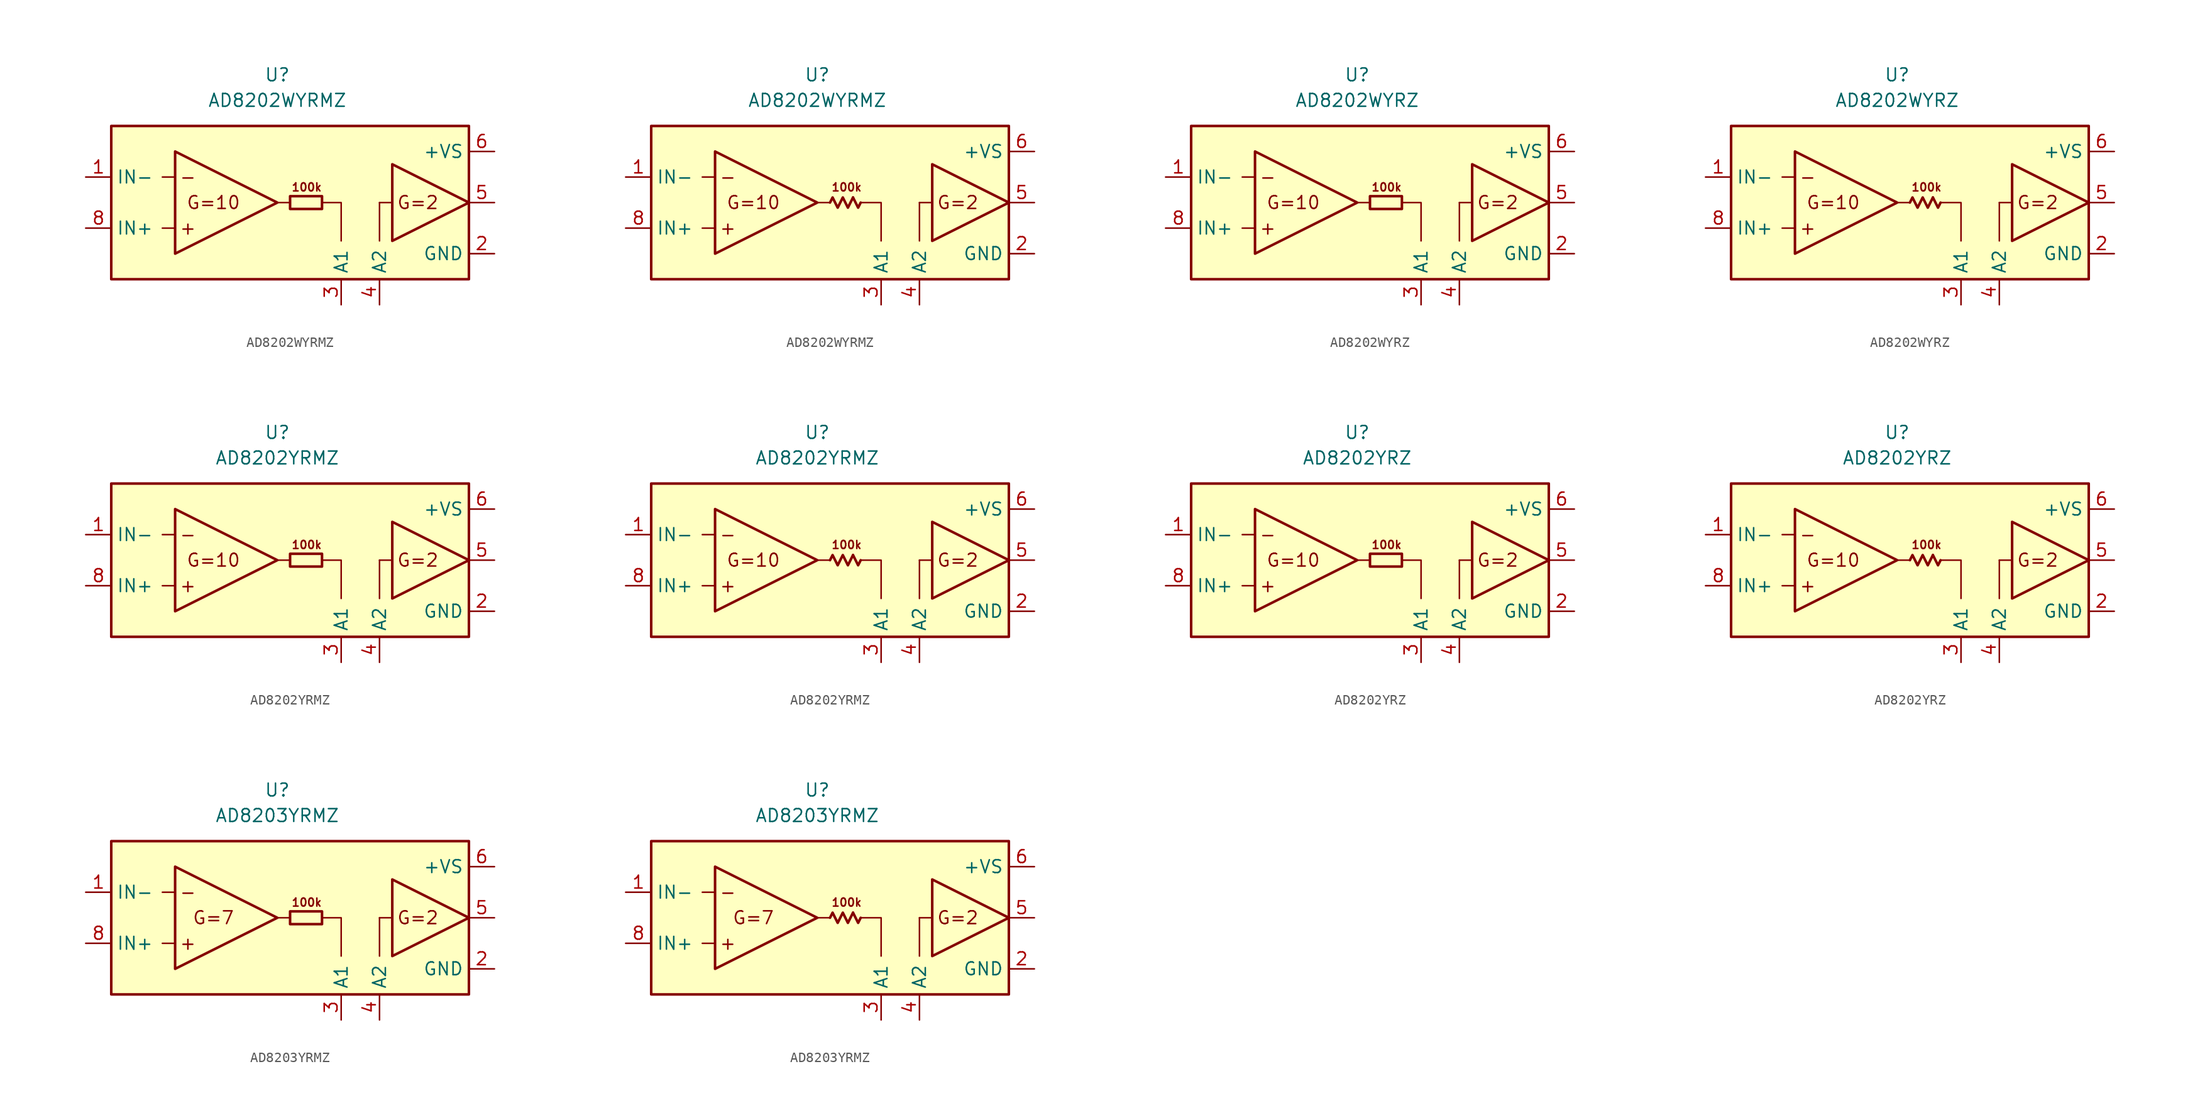
<source format=kicad_sym>
(kicad_symbol_lib
  (version 20231120)
  (generator "kicad_symbol_editor")
  (generator_version "8.0")
  (symbol "AD8202WYRMZ"
    (property "Reference" "U"
      (at 0 15.24 0)
      (effects (font (size 1.27 1.27))))
    (property "Value" "AD8202WYRMZ"
      (at 0 12.7 0)
      (effects (font (size 1.27 1.27))))
    (symbol "AD8202WYRMZ_0_0"
      (rectangle (start -16.51 10.16) (end 19.05 -5.08) (stroke (width 0.254) (type default)) (fill (type background)))
      (polyline (pts (xy -10.16 0) (xy -11.43 0)) (stroke (width 0.152) (type default)) (fill (type none)))
      (polyline (pts (xy -10.16 5.08) (xy -11.43 5.08)) (stroke (width 0.152) (type default)) (fill (type none)))
      (polyline (pts (xy 1.27 2.54) (xy 0 2.54)) (stroke (width 0.152) (type default)) (fill (type none)))
      (polyline (pts (xy 10.16 2.54) (xy 10.16 -1.27)) (stroke (width 0.152) (type default)) (fill (type none)))
      (polyline (pts (xy 11.43 2.54) (xy 10.16 2.54)) (stroke (width 0.152) (type default)) (fill (type none)))
      (polyline (pts (xy 4.445 2.54) (xy 6.35 2.54) (xy 6.35 -1.27)) (stroke (width 0.152) (type default)) (fill (type none)))
      (polyline (pts (xy -10.16 7.62) (xy -10.16 -2.54) (xy 0 2.54) (xy -10.16 7.62)) (stroke (width 0.254) (type default)) (fill (type none)))
      (polyline (pts (xy 11.43 6.35) (xy 11.43 -1.27) (xy 19.05 2.54) (xy 11.43 6.35)) (stroke (width 0.254) (type default)) (fill (type none)))
      (text "+" (at -8.89 0 0) (effects (font (size 1.27 1.27))))
      (text "-" (at -8.89 5.08 0) (effects (font (size 1.27 1.27))))
      (text "100k" (at 2.921 4.064 0) (effects (font (size 0.8 0.8))))
      (text "G=10" (at -6.35 2.54 0) (effects (font (size 1.27 1.27))))
      (text "G=2" (at 13.97 2.54 0) (effects (font (size 1.27 1.27)))))
    (symbol "AD8202WYRMZ_0_1"
      (rectangle (start 1.27 3.175) (end 4.445 1.905) (stroke (width 0.254) (type default)) (fill (type none))))
    (symbol "AD8202WYRMZ_0_2"
      (polyline (pts (xy 3.556 3.048) (xy 4.064 2.032) (xy 4.318 2.54)) (stroke (width 0.254) (type default)) (fill (type none)))
      (polyline (pts (xy 1.27 2.54) (xy 1.524 3.048) (xy 2.032 2.032) (xy 2.54 3.048) (xy 3.048 2.032) (xy 3.556 3.048)) (stroke (width 0.254) (type default)) (fill (type none))))
    (symbol "AD8202WYRMZ_1_1"
      (pin input line (at -19.05 5.08 0) (length 2.54) (name "IN-" (effects (font (size 1.27 1.27)))) (number "1" (effects (font (size 1.27 1.27)))))
      (pin power_in line (at 21.59 -2.54 180) (length 2.54) (name "GND" (effects (font (size 1.27 1.27)))) (number "2" (effects (font (size 1.27 1.27)))))
      (pin passive line (at 6.35 -7.62 90) (length 2.54) (name "A1" (effects (font (size 1.27 1.27)))) (number "3" (effects (font (size 1.27 1.27)))))
      (pin passive line (at 10.16 -7.62 90) (length 2.54) (name "A2" (effects (font (size 1.27 1.27)))) (number "4" (effects (font (size 1.27 1.27)))))
      (pin output line (at 21.59 2.54 180) (length 2.54) (name "~" (effects (font (size 1.27 1.27)))) (number "5" (effects (font (size 1.27 1.27)))))
      (pin power_in line (at 21.59 7.62 180) (length 2.54) (name "+VS" (effects (font (size 1.27 1.27)))) (number "6" (effects (font (size 1.27 1.27)))))
      (pin free line (at -1.27 -3.81 0) (length 2.54) hide (name "NC" (effects (font (size 1.27 1.27)))) (number "7" (effects (font (size 1.27 1.27)))))
      (pin input line (at -19.05 0 0) (length 2.54) (name "IN+" (effects (font (size 1.27 1.27)))) (number "8" (effects (font (size 1.27 1.27))))))
    (symbol "AD8202WYRMZ_1_2"
      (pin input line (at -19.05 5.08 0) (length 2.54) (name "IN-" (effects (font (size 1.27 1.27)))) (number "1" (effects (font (size 1.27 1.27)))))
      (pin power_in line (at 21.59 -2.54 180) (length 2.54) (name "GND" (effects (font (size 1.27 1.27)))) (number "2" (effects (font (size 1.27 1.27)))))
      (pin passive line (at 6.35 -7.62 90) (length 2.54) (name "A1" (effects (font (size 1.27 1.27)))) (number "3" (effects (font (size 1.27 1.27)))))
      (pin passive line (at 10.16 -7.62 90) (length 2.54) (name "A2" (effects (font (size 1.27 1.27)))) (number "4" (effects (font (size 1.27 1.27)))))
      (pin output line (at 21.59 2.54 180) (length 2.54) (name "~" (effects (font (size 1.27 1.27)))) (number "5" (effects (font (size 1.27 1.27)))))
      (pin power_in line (at 21.59 7.62 180) (length 2.54) (name "+VS" (effects (font (size 1.27 1.27)))) (number "6" (effects (font (size 1.27 1.27)))))
      (pin free line (at -1.27 -3.81 0) (length 2.54) hide (name "NC" (effects (font (size 1.27 1.27)))) (number "7" (effects (font (size 1.27 1.27)))))
      (pin input line (at -19.05 0 0) (length 2.54) (name "IN+" (effects (font (size 1.27 1.27)))) (number "8" (effects (font (size 1.27 1.27)))))))
  (symbol "AD8202WYRZ"
    (property "Reference" "U"
      (at 0 15.24 0)
      (effects (font (size 1.27 1.27))))
    (property "Value" "AD8202WYRZ"
      (at 0 12.7 0)
      (effects (font (size 1.27 1.27))))
    (symbol "AD8202WYRZ_0_0"
      (rectangle (start -16.51 10.16) (end 19.05 -5.08) (stroke (width 0.254) (type default)) (fill (type background)))
      (polyline (pts (xy -10.16 0) (xy -11.43 0)) (stroke (width 0.152) (type default)) (fill (type none)))
      (polyline (pts (xy -10.16 5.08) (xy -11.43 5.08)) (stroke (width 0.152) (type default)) (fill (type none)))
      (polyline (pts (xy 1.27 2.54) (xy 0 2.54)) (stroke (width 0.152) (type default)) (fill (type none)))
      (polyline (pts (xy 10.16 2.54) (xy 10.16 -1.27)) (stroke (width 0.152) (type default)) (fill (type none)))
      (polyline (pts (xy 11.43 2.54) (xy 10.16 2.54)) (stroke (width 0.152) (type default)) (fill (type none)))
      (polyline (pts (xy 4.445 2.54) (xy 6.35 2.54) (xy 6.35 -1.27)) (stroke (width 0.152) (type default)) (fill (type none)))
      (polyline (pts (xy -10.16 7.62) (xy -10.16 -2.54) (xy 0 2.54) (xy -10.16 7.62)) (stroke (width 0.254) (type default)) (fill (type none)))
      (polyline (pts (xy 11.43 6.35) (xy 11.43 -1.27) (xy 19.05 2.54) (xy 11.43 6.35)) (stroke (width 0.254) (type default)) (fill (type none)))
      (text "+" (at -8.89 0 0) (effects (font (size 1.27 1.27))))
      (text "-" (at -8.89 5.08 0) (effects (font (size 1.27 1.27))))
      (text "100k" (at 2.921 4.064 0) (effects (font (size 0.8 0.8))))
      (text "G=10" (at -6.35 2.54 0) (effects (font (size 1.27 1.27))))
      (text "G=2" (at 13.97 2.54 0) (effects (font (size 1.27 1.27)))))
    (symbol "AD8202WYRZ_0_1"
      (rectangle (start 1.27 3.175) (end 4.445 1.905) (stroke (width 0.254) (type default)) (fill (type none))))
    (symbol "AD8202WYRZ_0_2"
      (polyline (pts (xy 3.556 3.048) (xy 4.064 2.032) (xy 4.318 2.54)) (stroke (width 0.254) (type default)) (fill (type none)))
      (polyline (pts (xy 1.27 2.54) (xy 1.524 3.048) (xy 2.032 2.032) (xy 2.54 3.048) (xy 3.048 2.032) (xy 3.556 3.048)) (stroke (width 0.254) (type default)) (fill (type none))))
    (symbol "AD8202WYRZ_1_1"
      (pin input line (at -19.05 5.08 0) (length 2.54) (name "IN-" (effects (font (size 1.27 1.27)))) (number "1" (effects (font (size 1.27 1.27)))))
      (pin power_in line (at 21.59 -2.54 180) (length 2.54) (name "GND" (effects (font (size 1.27 1.27)))) (number "2" (effects (font (size 1.27 1.27)))))
      (pin passive line (at 6.35 -7.62 90) (length 2.54) (name "A1" (effects (font (size 1.27 1.27)))) (number "3" (effects (font (size 1.27 1.27)))))
      (pin passive line (at 10.16 -7.62 90) (length 2.54) (name "A2" (effects (font (size 1.27 1.27)))) (number "4" (effects (font (size 1.27 1.27)))))
      (pin output line (at 21.59 2.54 180) (length 2.54) (name "~" (effects (font (size 1.27 1.27)))) (number "5" (effects (font (size 1.27 1.27)))))
      (pin power_in line (at 21.59 7.62 180) (length 2.54) (name "+VS" (effects (font (size 1.27 1.27)))) (number "6" (effects (font (size 1.27 1.27)))))
      (pin free line (at -1.27 -3.81 0) (length 2.54) hide (name "NC" (effects (font (size 1.27 1.27)))) (number "7" (effects (font (size 1.27 1.27)))))
      (pin input line (at -19.05 0 0) (length 2.54) (name "IN+" (effects (font (size 1.27 1.27)))) (number "8" (effects (font (size 1.27 1.27))))))
    (symbol "AD8202WYRZ_1_2"
      (pin input line (at -19.05 5.08 0) (length 2.54) (name "IN-" (effects (font (size 1.27 1.27)))) (number "1" (effects (font (size 1.27 1.27)))))
      (pin power_in line (at 21.59 -2.54 180) (length 2.54) (name "GND" (effects (font (size 1.27 1.27)))) (number "2" (effects (font (size 1.27 1.27)))))
      (pin passive line (at 6.35 -7.62 90) (length 2.54) (name "A1" (effects (font (size 1.27 1.27)))) (number "3" (effects (font (size 1.27 1.27)))))
      (pin passive line (at 10.16 -7.62 90) (length 2.54) (name "A2" (effects (font (size 1.27 1.27)))) (number "4" (effects (font (size 1.27 1.27)))))
      (pin output line (at 21.59 2.54 180) (length 2.54) (name "~" (effects (font (size 1.27 1.27)))) (number "5" (effects (font (size 1.27 1.27)))))
      (pin power_in line (at 21.59 7.62 180) (length 2.54) (name "+VS" (effects (font (size 1.27 1.27)))) (number "6" (effects (font (size 1.27 1.27)))))
      (pin free line (at -1.27 -3.81 0) (length 2.54) hide (name "NC" (effects (font (size 1.27 1.27)))) (number "7" (effects (font (size 1.27 1.27)))))
      (pin input line (at -19.05 0 0) (length 2.54) (name "IN+" (effects (font (size 1.27 1.27)))) (number "8" (effects (font (size 1.27 1.27)))))))
  (symbol "AD8202YRMZ"
    (property "Reference" "U"
      (at 0 15.24 0)
      (effects (font (size 1.27 1.27))))
    (property "Value" "AD8202YRMZ"
      (at 0 12.7 0)
      (effects (font (size 1.27 1.27))))
    (symbol "AD8202YRMZ_0_0"
      (rectangle (start -16.51 10.16) (end 19.05 -5.08) (stroke (width 0.254) (type default)) (fill (type background)))
      (polyline (pts (xy -10.16 0) (xy -11.43 0)) (stroke (width 0.152) (type default)) (fill (type none)))
      (polyline (pts (xy -10.16 5.08) (xy -11.43 5.08)) (stroke (width 0.152) (type default)) (fill (type none)))
      (polyline (pts (xy 1.27 2.54) (xy 0 2.54)) (stroke (width 0.152) (type default)) (fill (type none)))
      (polyline (pts (xy 10.16 2.54) (xy 10.16 -1.27)) (stroke (width 0.152) (type default)) (fill (type none)))
      (polyline (pts (xy 11.43 2.54) (xy 10.16 2.54)) (stroke (width 0.152) (type default)) (fill (type none)))
      (polyline (pts (xy 4.445 2.54) (xy 6.35 2.54) (xy 6.35 -1.27)) (stroke (width 0.152) (type default)) (fill (type none)))
      (polyline (pts (xy -10.16 7.62) (xy -10.16 -2.54) (xy 0 2.54) (xy -10.16 7.62)) (stroke (width 0.254) (type default)) (fill (type none)))
      (polyline (pts (xy 11.43 6.35) (xy 11.43 -1.27) (xy 19.05 2.54) (xy 11.43 6.35)) (stroke (width 0.254) (type default)) (fill (type none)))
      (text "+" (at -8.89 0 0) (effects (font (size 1.27 1.27))))
      (text "-" (at -8.89 5.08 0) (effects (font (size 1.27 1.27))))
      (text "100k" (at 2.921 4.064 0) (effects (font (size 0.8 0.8))))
      (text "G=10" (at -6.35 2.54 0) (effects (font (size 1.27 1.27))))
      (text "G=2" (at 13.97 2.54 0) (effects (font (size 1.27 1.27)))))
    (symbol "AD8202YRMZ_0_1"
      (rectangle (start 1.27 3.175) (end 4.445 1.905) (stroke (width 0.254) (type default)) (fill (type none))))
    (symbol "AD8202YRMZ_0_2"
      (polyline (pts (xy 3.556 3.048) (xy 4.064 2.032) (xy 4.318 2.54)) (stroke (width 0.254) (type default)) (fill (type none)))
      (polyline (pts (xy 1.27 2.54) (xy 1.524 3.048) (xy 2.032 2.032) (xy 2.54 3.048) (xy 3.048 2.032) (xy 3.556 3.048)) (stroke (width 0.254) (type default)) (fill (type none))))
    (symbol "AD8202YRMZ_1_1"
      (pin input line (at -19.05 5.08 0) (length 2.54) (name "IN-" (effects (font (size 1.27 1.27)))) (number "1" (effects (font (size 1.27 1.27)))))
      (pin power_in line (at 21.59 -2.54 180) (length 2.54) (name "GND" (effects (font (size 1.27 1.27)))) (number "2" (effects (font (size 1.27 1.27)))))
      (pin passive line (at 6.35 -7.62 90) (length 2.54) (name "A1" (effects (font (size 1.27 1.27)))) (number "3" (effects (font (size 1.27 1.27)))))
      (pin passive line (at 10.16 -7.62 90) (length 2.54) (name "A2" (effects (font (size 1.27 1.27)))) (number "4" (effects (font (size 1.27 1.27)))))
      (pin output line (at 21.59 2.54 180) (length 2.54) (name "~" (effects (font (size 1.27 1.27)))) (number "5" (effects (font (size 1.27 1.27)))))
      (pin power_in line (at 21.59 7.62 180) (length 2.54) (name "+VS" (effects (font (size 1.27 1.27)))) (number "6" (effects (font (size 1.27 1.27)))))
      (pin free line (at -1.27 -3.81 0) (length 2.54) hide (name "NC" (effects (font (size 1.27 1.27)))) (number "7" (effects (font (size 1.27 1.27)))))
      (pin input line (at -19.05 0 0) (length 2.54) (name "IN+" (effects (font (size 1.27 1.27)))) (number "8" (effects (font (size 1.27 1.27))))))
    (symbol "AD8202YRMZ_1_2"
      (pin input line (at -19.05 5.08 0) (length 2.54) (name "IN-" (effects (font (size 1.27 1.27)))) (number "1" (effects (font (size 1.27 1.27)))))
      (pin power_in line (at 21.59 -2.54 180) (length 2.54) (name "GND" (effects (font (size 1.27 1.27)))) (number "2" (effects (font (size 1.27 1.27)))))
      (pin passive line (at 6.35 -7.62 90) (length 2.54) (name "A1" (effects (font (size 1.27 1.27)))) (number "3" (effects (font (size 1.27 1.27)))))
      (pin passive line (at 10.16 -7.62 90) (length 2.54) (name "A2" (effects (font (size 1.27 1.27)))) (number "4" (effects (font (size 1.27 1.27)))))
      (pin output line (at 21.59 2.54 180) (length 2.54) (name "~" (effects (font (size 1.27 1.27)))) (number "5" (effects (font (size 1.27 1.27)))))
      (pin power_in line (at 21.59 7.62 180) (length 2.54) (name "+VS" (effects (font (size 1.27 1.27)))) (number "6" (effects (font (size 1.27 1.27)))))
      (pin free line (at -1.27 -3.81 0) (length 2.54) hide (name "NC" (effects (font (size 1.27 1.27)))) (number "7" (effects (font (size 1.27 1.27)))))
      (pin input line (at -19.05 0 0) (length 2.54) (name "IN+" (effects (font (size 1.27 1.27)))) (number "8" (effects (font (size 1.27 1.27)))))))
  (symbol "AD8202YRZ"
    (property "Reference" "U"
      (at 0 15.24 0)
      (effects (font (size 1.27 1.27))))
    (property "Value" "AD8202YRZ"
      (at 0 12.7 0)
      (effects (font (size 1.27 1.27))))
    (symbol "AD8202YRZ_0_0"
      (rectangle (start -16.51 10.16) (end 19.05 -5.08) (stroke (width 0.254) (type default)) (fill (type background)))
      (polyline (pts (xy -10.16 0) (xy -11.43 0)) (stroke (width 0.152) (type default)) (fill (type none)))
      (polyline (pts (xy -10.16 5.08) (xy -11.43 5.08)) (stroke (width 0.152) (type default)) (fill (type none)))
      (polyline (pts (xy 1.27 2.54) (xy 0 2.54)) (stroke (width 0.152) (type default)) (fill (type none)))
      (polyline (pts (xy 10.16 2.54) (xy 10.16 -1.27)) (stroke (width 0.152) (type default)) (fill (type none)))
      (polyline (pts (xy 11.43 2.54) (xy 10.16 2.54)) (stroke (width 0.152) (type default)) (fill (type none)))
      (polyline (pts (xy 4.445 2.54) (xy 6.35 2.54) (xy 6.35 -1.27)) (stroke (width 0.152) (type default)) (fill (type none)))
      (polyline (pts (xy -10.16 7.62) (xy -10.16 -2.54) (xy 0 2.54) (xy -10.16 7.62)) (stroke (width 0.254) (type default)) (fill (type none)))
      (polyline (pts (xy 11.43 6.35) (xy 11.43 -1.27) (xy 19.05 2.54) (xy 11.43 6.35)) (stroke (width 0.254) (type default)) (fill (type none)))
      (text "+" (at -8.89 0 0) (effects (font (size 1.27 1.27))))
      (text "-" (at -8.89 5.08 0) (effects (font (size 1.27 1.27))))
      (text "100k" (at 2.921 4.064 0) (effects (font (size 0.8 0.8))))
      (text "G=10" (at -6.35 2.54 0) (effects (font (size 1.27 1.27))))
      (text "G=2" (at 13.97 2.54 0) (effects (font (size 1.27 1.27)))))
    (symbol "AD8202YRZ_0_1"
      (rectangle (start 1.27 3.175) (end 4.445 1.905) (stroke (width 0.254) (type default)) (fill (type none))))
    (symbol "AD8202YRZ_0_2"
      (polyline (pts (xy 3.556 3.048) (xy 4.064 2.032) (xy 4.318 2.54)) (stroke (width 0.254) (type default)) (fill (type none)))
      (polyline (pts (xy 1.27 2.54) (xy 1.524 3.048) (xy 2.032 2.032) (xy 2.54 3.048) (xy 3.048 2.032) (xy 3.556 3.048)) (stroke (width 0.254) (type default)) (fill (type none))))
    (symbol "AD8202YRZ_1_1"
      (pin input line (at -19.05 5.08 0) (length 2.54) (name "IN-" (effects (font (size 1.27 1.27)))) (number "1" (effects (font (size 1.27 1.27)))))
      (pin power_in line (at 21.59 -2.54 180) (length 2.54) (name "GND" (effects (font (size 1.27 1.27)))) (number "2" (effects (font (size 1.27 1.27)))))
      (pin passive line (at 6.35 -7.62 90) (length 2.54) (name "A1" (effects (font (size 1.27 1.27)))) (number "3" (effects (font (size 1.27 1.27)))))
      (pin passive line (at 10.16 -7.62 90) (length 2.54) (name "A2" (effects (font (size 1.27 1.27)))) (number "4" (effects (font (size 1.27 1.27)))))
      (pin output line (at 21.59 2.54 180) (length 2.54) (name "~" (effects (font (size 1.27 1.27)))) (number "5" (effects (font (size 1.27 1.27)))))
      (pin power_in line (at 21.59 7.62 180) (length 2.54) (name "+VS" (effects (font (size 1.27 1.27)))) (number "6" (effects (font (size 1.27 1.27)))))
      (pin free line (at 0 -3.81 0) (length 2.54) hide (name "NC" (effects (font (size 1.27 1.27)))) (number "7" (effects (font (size 1.27 1.27)))))
      (pin input line (at -19.05 0 0) (length 2.54) (name "IN+" (effects (font (size 1.27 1.27)))) (number "8" (effects (font (size 1.27 1.27))))))
    (symbol "AD8202YRZ_1_2"
      (pin input line (at -19.05 5.08 0) (length 2.54) (name "IN-" (effects (font (size 1.27 1.27)))) (number "1" (effects (font (size 1.27 1.27)))))
      (pin power_in line (at 21.59 -2.54 180) (length 2.54) (name "GND" (effects (font (size 1.27 1.27)))) (number "2" (effects (font (size 1.27 1.27)))))
      (pin passive line (at 6.35 -7.62 90) (length 2.54) (name "A1" (effects (font (size 1.27 1.27)))) (number "3" (effects (font (size 1.27 1.27)))))
      (pin passive line (at 10.16 -7.62 90) (length 2.54) (name "A2" (effects (font (size 1.27 1.27)))) (number "4" (effects (font (size 1.27 1.27)))))
      (pin output line (at 21.59 2.54 180) (length 2.54) (name "~" (effects (font (size 1.27 1.27)))) (number "5" (effects (font (size 1.27 1.27)))))
      (pin power_in line (at 21.59 7.62 180) (length 2.54) (name "+VS" (effects (font (size 1.27 1.27)))) (number "6" (effects (font (size 1.27 1.27)))))
      (pin free line (at 0 -3.81 0) (length 2.54) hide (name "NC" (effects (font (size 1.27 1.27)))) (number "7" (effects (font (size 1.27 1.27)))))
      (pin input line (at -19.05 0 0) (length 2.54) (name "IN+" (effects (font (size 1.27 1.27)))) (number "8" (effects (font (size 1.27 1.27)))))))
  (symbol "AD8203YRMZ"
    (property "Reference" "U"
      (at 0 15.24 0)
      (effects (font (size 1.27 1.27))))
    (property "Value" "AD8203YRMZ"
      (at 0 12.7 0)
      (effects (font (size 1.27 1.27))))
    (symbol "AD8203YRMZ_0_0"
      (rectangle (start -16.51 10.16) (end 19.05 -5.08) (stroke (width 0.254) (type default)) (fill (type background)))
      (polyline (pts (xy -10.16 0) (xy -11.43 0)) (stroke (width 0.152) (type default)) (fill (type none)))
      (polyline (pts (xy -10.16 5.08) (xy -11.43 5.08)) (stroke (width 0.152) (type default)) (fill (type none)))
      (polyline (pts (xy 1.27 2.54) (xy 0 2.54)) (stroke (width 0.152) (type default)) (fill (type none)))
      (polyline (pts (xy 10.16 2.54) (xy 10.16 -1.27)) (stroke (width 0.152) (type default)) (fill (type none)))
      (polyline (pts (xy 11.43 2.54) (xy 10.16 2.54)) (stroke (width 0.152) (type default)) (fill (type none)))
      (polyline (pts (xy 4.445 2.54) (xy 6.35 2.54) (xy 6.35 -1.27)) (stroke (width 0.152) (type default)) (fill (type none)))
      (polyline (pts (xy -10.16 7.62) (xy -10.16 -2.54) (xy 0 2.54) (xy -10.16 7.62)) (stroke (width 0.254) (type default)) (fill (type none)))
      (polyline (pts (xy 11.43 6.35) (xy 11.43 -1.27) (xy 19.05 2.54) (xy 11.43 6.35)) (stroke (width 0.254) (type default)) (fill (type none)))
      (text "+" (at -8.89 0 0) (effects (font (size 1.27 1.27))))
      (text "-" (at -8.89 5.08 0) (effects (font (size 1.27 1.27))))
      (text "100k" (at 2.921 4.064 0) (effects (font (size 0.8 0.8))))
      (text "G=2" (at 13.97 2.54 0) (effects (font (size 1.27 1.27))))
      (text "G=7" (at -6.35 2.54 0) (effects (font (size 1.27 1.27)))))
    (symbol "AD8203YRMZ_0_1"
      (rectangle (start 1.27 3.175) (end 4.445 1.905) (stroke (width 0.254) (type default)) (fill (type none))))
    (symbol "AD8203YRMZ_0_2"
      (polyline (pts (xy 3.556 3.048) (xy 4.064 2.032) (xy 4.318 2.54)) (stroke (width 0.254) (type default)) (fill (type none)))
      (polyline (pts (xy 1.27 2.54) (xy 1.524 3.048) (xy 2.032 2.032) (xy 2.54 3.048) (xy 3.048 2.032) (xy 3.556 3.048)) (stroke (width 0.254) (type default)) (fill (type none))))
    (symbol "AD8203YRMZ_1_1"
      (pin input line (at -19.05 5.08 0) (length 2.54) (name "IN-" (effects (font (size 1.27 1.27)))) (number "1" (effects (font (size 1.27 1.27)))))
      (pin power_in line (at 21.59 -2.54 180) (length 2.54) (name "GND" (effects (font (size 1.27 1.27)))) (number "2" (effects (font (size 1.27 1.27)))))
      (pin passive line (at 6.35 -7.62 90) (length 2.54) (name "A1" (effects (font (size 1.27 1.27)))) (number "3" (effects (font (size 1.27 1.27)))))
      (pin passive line (at 10.16 -7.62 90) (length 2.54) (name "A2" (effects (font (size 1.27 1.27)))) (number "4" (effects (font (size 1.27 1.27)))))
      (pin output line (at 21.59 2.54 180) (length 2.54) (name "~" (effects (font (size 1.27 1.27)))) (number "5" (effects (font (size 1.27 1.27)))))
      (pin power_in line (at 21.59 7.62 180) (length 2.54) (name "+VS" (effects (font (size 1.27 1.27)))) (number "6" (effects (font (size 1.27 1.27)))))
      (pin free line (at -1.27 -3.81 0) (length 2.54) hide (name "NC" (effects (font (size 1.27 1.27)))) (number "7" (effects (font (size 1.27 1.27)))))
      (pin input line (at -19.05 0 0) (length 2.54) (name "IN+" (effects (font (size 1.27 1.27)))) (number "8" (effects (font (size 1.27 1.27))))))
    (symbol "AD8203YRMZ_1_2"
      (pin input line (at -19.05 5.08 0) (length 2.54) (name "IN-" (effects (font (size 1.27 1.27)))) (number "1" (effects (font (size 1.27 1.27)))))
      (pin power_in line (at 21.59 -2.54 180) (length 2.54) (name "GND" (effects (font (size 1.27 1.27)))) (number "2" (effects (font (size 1.27 1.27)))))
      (pin passive line (at 6.35 -7.62 90) (length 2.54) (name "A1" (effects (font (size 1.27 1.27)))) (number "3" (effects (font (size 1.27 1.27)))))
      (pin passive line (at 10.16 -7.62 90) (length 2.54) (name "A2" (effects (font (size 1.27 1.27)))) (number "4" (effects (font (size 1.27 1.27)))))
      (pin output line (at 21.59 2.54 180) (length 2.54) (name "~" (effects (font (size 1.27 1.27)))) (number "5" (effects (font (size 1.27 1.27)))))
      (pin power_in line (at 21.59 7.62 180) (length 2.54) (name "+VS" (effects (font (size 1.27 1.27)))) (number "6" (effects (font (size 1.27 1.27)))))
      (pin free line (at -1.27 -3.81 0) (length 2.54) hide (name "NC" (effects (font (size 1.27 1.27)))) (number "7" (effects (font (size 1.27 1.27)))))
      (pin input line (at -19.05 0 0) (length 2.54) (name "IN+" (effects (font (size 1.27 1.27)))) (number "8" (effects (font (size 1.27 1.27))))))))
</source>
